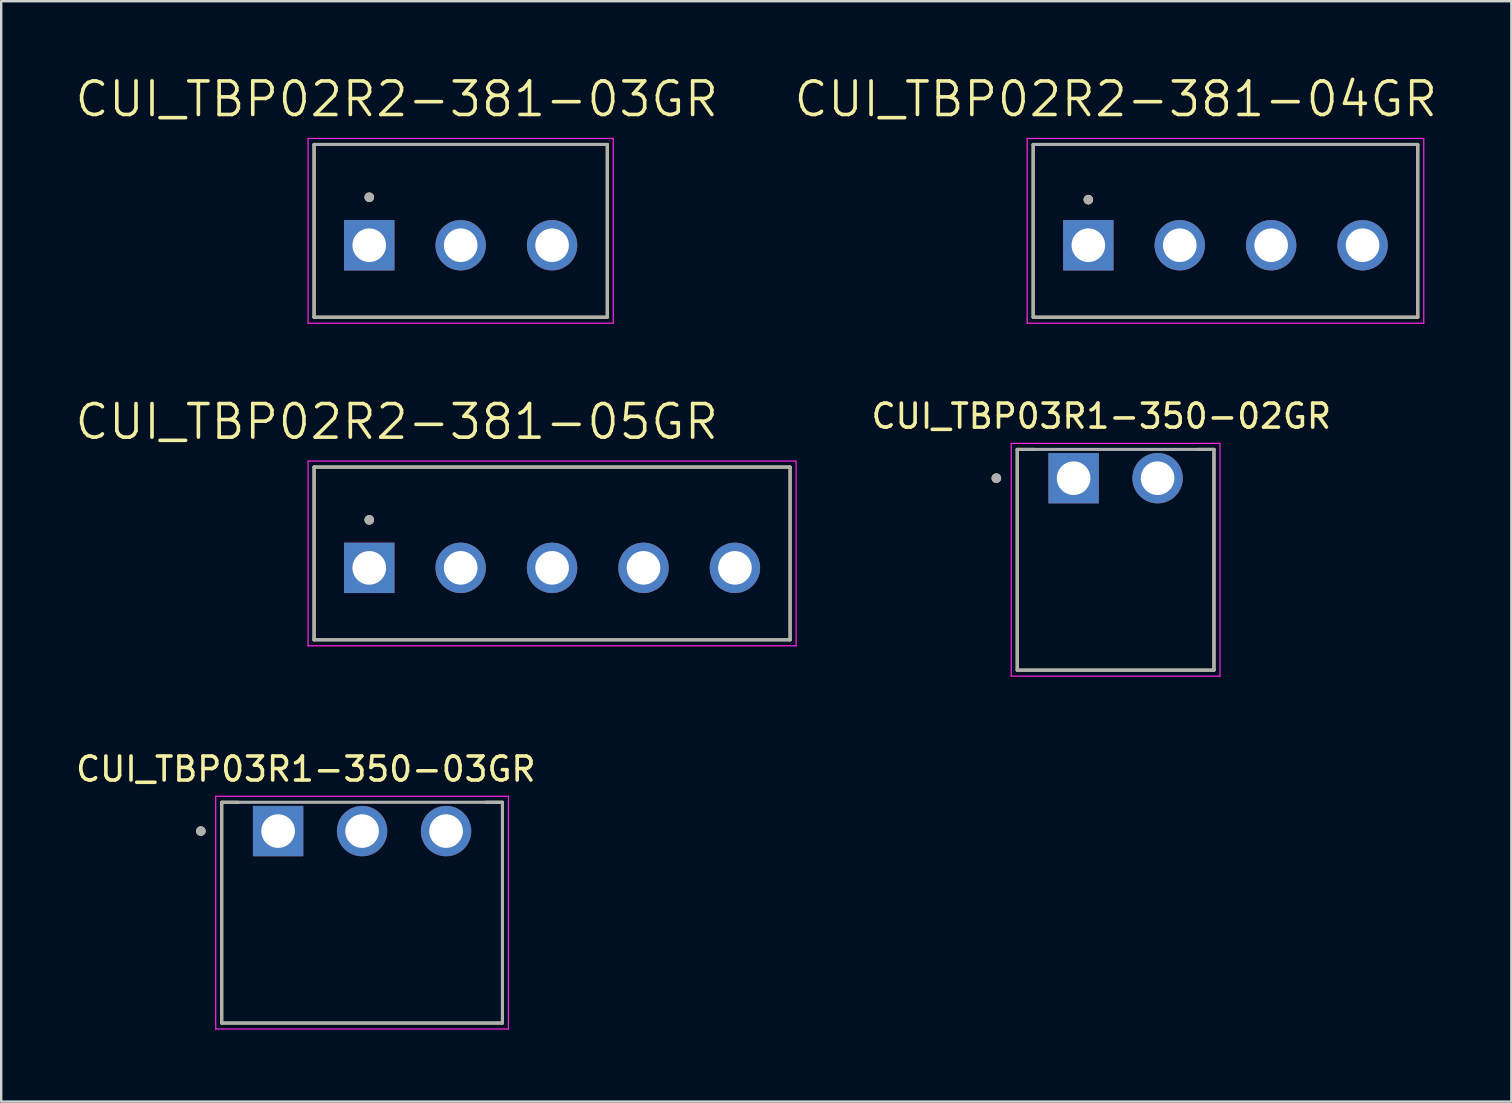
<source format=kicad_pcb>
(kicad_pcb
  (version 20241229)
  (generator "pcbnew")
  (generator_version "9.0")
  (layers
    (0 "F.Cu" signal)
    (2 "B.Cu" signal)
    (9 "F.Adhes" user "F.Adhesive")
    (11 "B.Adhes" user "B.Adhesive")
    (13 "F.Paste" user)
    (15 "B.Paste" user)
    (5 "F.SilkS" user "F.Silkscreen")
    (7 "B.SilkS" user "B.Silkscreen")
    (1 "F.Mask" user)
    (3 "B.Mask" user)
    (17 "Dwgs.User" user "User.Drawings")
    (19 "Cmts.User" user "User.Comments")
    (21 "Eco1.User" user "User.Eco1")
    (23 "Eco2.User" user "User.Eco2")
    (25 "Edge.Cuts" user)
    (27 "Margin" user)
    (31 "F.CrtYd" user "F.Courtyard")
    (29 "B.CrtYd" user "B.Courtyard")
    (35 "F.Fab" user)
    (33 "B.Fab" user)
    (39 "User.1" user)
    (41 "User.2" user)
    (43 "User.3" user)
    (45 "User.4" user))
  (footprint "CUI_TBP02R2-381-04GR"
    (layer "F.Cu")
    (at 42.31 7.171)
    (property "Reference" "CUI_TBP02R2-381-04GR" (at 1.145 -6.089 0) (layer "F.SilkS") (effects (font (size 1.4 1.4) (thickness 0.15))))
    (attr through_hole)
    (fp_line (start -2.3 -4.2) (end 13.73 -4.2) (stroke (width 0.127) (type solid)) (layer "F.SilkS"))
    (fp_line (start -2.3 3) (end -2.3 -4.2) (stroke (width 0.127) (type solid)) (layer "F.SilkS"))
    (fp_line (start 13.73 -4.2) (end 13.73 3) (stroke (width 0.127) (type solid)) (layer "F.SilkS"))
    (fp_line (start 13.73 3) (end -2.3 3) (stroke (width 0.127) (type solid)) (layer "F.SilkS"))
    (fp_circle (center 0 -1.9) (end 0.1 -1.9) (stroke (width 0.2) (type solid)) (fill no) (layer "F.SilkS"))
    (fp_line (start -2.55 -4.45) (end 13.98 -4.45) (stroke (width 0.05) (type solid)) (layer "F.CrtYd"))
    (fp_line (start -2.55 3.25) (end -2.55 -4.45) (stroke (width 0.05) (type solid)) (layer "F.CrtYd"))
    (fp_line (start 13.98 -4.45) (end 13.98 3.25) (stroke (width 0.05) (type solid)) (layer "F.CrtYd"))
    (fp_line (start 13.98 3.25) (end -2.55 3.25) (stroke (width 0.05) (type solid)) (layer "F.CrtYd"))
    (fp_line (start -2.3 -4.2) (end 13.73 -4.2) (stroke (width 0.127) (type solid)) (layer "F.Fab"))
    (fp_line (start -2.3 3) (end -2.3 -4.2) (stroke (width 0.127) (type solid)) (layer "F.Fab"))
    (fp_line (start 13.73 -4.2) (end 13.73 3) (stroke (width 0.127) (type solid)) (layer "F.Fab"))
    (fp_line (start 13.73 3) (end -2.3 3) (stroke (width 0.127) (type solid)) (layer "F.Fab"))
    (fp_circle (center 0 -1.9) (end 0.1 -1.9) (stroke (width 0.2) (type solid)) (fill no) (layer "F.Fab"))
    (pad "1" thru_hole rect (at 0 0) (size 2.1 2.1) (drill 1.4) (layers "*.Cu" "*.Mask"))
    (pad "2" thru_hole circle (at 3.81 0) (size 2.1 2.1) (drill 1.4) (layers "*.Cu" "*.Mask"))
    (pad "3" thru_hole circle (at 7.62 0) (size 2.1 2.1) (drill 1.4) (layers "*.Cu" "*.Mask"))
    (pad "4" thru_hole circle (at 11.43 0) (size 2.1 2.1) (drill 1.4) (layers "*.Cu" "*.Mask")))
  (footprint "CUI_TBP02R2-381-03GR"
    (layer "F.Cu")
    (at 12.34 7.171)
    (property "Reference" "CUI_TBP02R2-381-03GR" (at 1.145 -6.089 0) (layer "F.SilkS") (effects (font (size 1.4 1.4) (thickness 0.15))))
    (attr through_hole)
    (fp_line (start -2.3 -4.2) (end 9.92 -4.2) (stroke (width 0.127) (type solid)) (layer "F.SilkS"))
    (fp_line (start -2.3 3) (end -2.3 -4.2) (stroke (width 0.127) (type solid)) (layer "F.SilkS"))
    (fp_line (start 9.92 -4.2) (end 9.92 3) (stroke (width 0.127) (type solid)) (layer "F.SilkS"))
    (fp_line (start 9.92 3) (end -2.3 3) (stroke (width 0.127) (type solid)) (layer "F.SilkS"))
    (fp_circle (center 0 -2) (end 0.1 -2) (stroke (width 0.2) (type solid)) (fill no) (layer "F.SilkS"))
    (fp_line (start -2.55 -4.45) (end 10.17 -4.45) (stroke (width 0.05) (type solid)) (layer "F.CrtYd"))
    (fp_line (start -2.55 3.25) (end -2.55 -4.45) (stroke (width 0.05) (type solid)) (layer "F.CrtYd"))
    (fp_line (start 10.17 -4.45) (end 10.17 3.25) (stroke (width 0.05) (type solid)) (layer "F.CrtYd"))
    (fp_line (start 10.17 3.25) (end -2.55 3.25) (stroke (width 0.05) (type solid)) (layer "F.CrtYd"))
    (fp_line (start -2.3 -4.2) (end 9.92 -4.2) (stroke (width 0.127) (type solid)) (layer "F.Fab"))
    (fp_line (start -2.3 3) (end -2.3 -4.2) (stroke (width 0.127) (type solid)) (layer "F.Fab"))
    (fp_line (start 9.92 -4.2) (end 9.92 3) (stroke (width 0.127) (type solid)) (layer "F.Fab"))
    (fp_line (start 9.92 3) (end -2.3 3) (stroke (width 0.127) (type solid)) (layer "F.Fab"))
    (fp_circle (center 0 -2) (end 0.1 -2) (stroke (width 0.2) (type solid)) (fill no) (layer "F.Fab"))
    (pad "1" thru_hole rect (at 0 0) (size 2.1 2.1) (drill 1.4) (layers "*.Cu" "*.Mask"))
    (pad "2" thru_hole circle (at 3.81 0) (size 2.1 2.1) (drill 1.4) (layers "*.Cu" "*.Mask"))
    (pad "3" thru_hole circle (at 7.62 0) (size 2.1 2.1) (drill 1.4) (layers "*.Cu" "*.Mask")))
  (footprint "CUI_TBP03R1-350-02GR"
    (layer "F.Cu")
    (at 41.696 16.88)
    (property "Reference" "CUI_TBP03R1-350-02GR" (at 1.155 -2.585 0) (layer "F.SilkS") (effects (font (size 1 1) (thickness 0.15))))
    (attr through_hole)
    (fp_line (start -2.35 -1.2) (end -2.35 8) (stroke (width 0.127) (type solid)) (layer "F.SilkS"))
    (fp_line (start -2.35 -1.2) (end -1.65 -1.2) (stroke (width 0.127) (type solid)) (layer "F.SilkS"))
    (fp_line (start -2.35 8) (end 5.85 8) (stroke (width 0.127) (type solid)) (layer "F.SilkS"))
    (fp_line (start 5.15 -1.2) (end 5.85 -1.2) (stroke (width 0.127) (type solid)) (layer "F.SilkS"))
    (fp_line (start 5.85 8) (end 5.85 -1.2) (stroke (width 0.127) (type solid)) (layer "F.SilkS"))
    (fp_circle (center -3.22 0) (end -3.12 0) (stroke (width 0.2) (type solid)) (fill no) (layer "F.SilkS"))
    (fp_line (start -2.6 -1.45) (end -2.6 8.25) (stroke (width 0.05) (type solid)) (layer "F.CrtYd"))
    (fp_line (start -2.6 8.25) (end 6.1 8.25) (stroke (width 0.05) (type solid)) (layer "F.CrtYd"))
    (fp_line (start 6.1 -1.45) (end -2.6 -1.45) (stroke (width 0.05) (type solid)) (layer "F.CrtYd"))
    (fp_line (start 6.1 8.25) (end 6.1 -1.45) (stroke (width 0.05) (type solid)) (layer "F.CrtYd"))
    (fp_line (start -2.35 -1.2) (end -2.35 8) (stroke (width 0.127) (type solid)) (layer "F.Fab"))
    (fp_line (start -2.35 8) (end 5.85 8) (stroke (width 0.127) (type solid)) (layer "F.Fab"))
    (fp_line (start 5.85 -1.2) (end -2.35 -1.2) (stroke (width 0.127) (type solid)) (layer "F.Fab"))
    (fp_line (start 5.85 8) (end 5.85 -1.2) (stroke (width 0.127) (type solid)) (layer "F.Fab"))
    (fp_circle (center -3.22 0) (end -3.12 0) (stroke (width 0.2) (type solid)) (fill no) (layer "F.Fab"))
    (pad "1" thru_hole rect (at 0 0) (size 2.1 2.1) (drill 1.4) (layers "*.Cu" "*.Mask"))
    (pad "2" thru_hole circle (at 3.5 0) (size 2.1 2.1) (drill 1.4) (layers "*.Cu" "*.Mask")))
  (footprint "CUI_TBP03R1-350-03GR"
    (layer "F.Cu")
    (at 8.541 31.588)
    (property "Reference" "CUI_TBP03R1-350-03GR" (at 1.155 -2.585 0) (layer "F.SilkS") (effects (font (size 1 1) (thickness 0.15))))
    (attr through_hole)
    (fp_line (start -2.35 -1.2) (end -2.35 8) (stroke (width 0.127) (type solid)) (layer "F.SilkS"))
    (fp_line (start -2.35 -1.2) (end -1.65 -1.2) (stroke (width 0.127) (type solid)) (layer "F.SilkS"))
    (fp_line (start -2.35 8) (end 9.35 8) (stroke (width 0.127) (type solid)) (layer "F.SilkS"))
    (fp_line (start 8.65 -1.2) (end 9.35 -1.2) (stroke (width 0.127) (type solid)) (layer "F.SilkS"))
    (fp_line (start 9.35 8) (end 9.35 -1.2) (stroke (width 0.127) (type solid)) (layer "F.SilkS"))
    (fp_circle (center -3.22 0) (end -3.12 0) (stroke (width 0.2) (type solid)) (fill no) (layer "F.SilkS"))
    (fp_line (start -2.6 -1.45) (end -2.6 8.25) (stroke (width 0.05) (type solid)) (layer "F.CrtYd"))
    (fp_line (start -2.6 8.25) (end 9.6 8.25) (stroke (width 0.05) (type solid)) (layer "F.CrtYd"))
    (fp_line (start 9.6 -1.45) (end -2.6 -1.45) (stroke (width 0.05) (type solid)) (layer "F.CrtYd"))
    (fp_line (start 9.6 8.25) (end 9.6 -1.45) (stroke (width 0.05) (type solid)) (layer "F.CrtYd"))
    (fp_line (start -2.35 -1.2) (end -2.35 8) (stroke (width 0.127) (type solid)) (layer "F.Fab"))
    (fp_line (start -2.35 8) (end 9.35 8) (stroke (width 0.127) (type solid)) (layer "F.Fab"))
    (fp_line (start 9.35 -1.2) (end -2.35 -1.2) (stroke (width 0.127) (type solid)) (layer "F.Fab"))
    (fp_line (start 9.35 8) (end 9.35 -1.2) (stroke (width 0.127) (type solid)) (layer "F.Fab"))
    (fp_circle (center -3.22 0) (end -3.12 0) (stroke (width 0.2) (type solid)) (fill no) (layer "F.Fab"))
    (pad "1" thru_hole rect (at 0 0) (size 2.1 2.1) (drill 1.4) (layers "*.Cu" "*.Mask"))
    (pad "2" thru_hole circle (at 3.5 0) (size 2.1 2.1) (drill 1.4) (layers "*.Cu" "*.Mask"))
    (pad "3" thru_hole circle (at 7 0) (size 2.1 2.1) (drill 1.4) (layers "*.Cu" "*.Mask")))
  (footprint "CUI_TBP02R2-381-05GR"
    (layer "F.Cu")
    (at 12.34 20.617)
    (property "Reference" "CUI_TBP02R2-381-05GR" (at 1.145 -6.089 0) (layer "F.SilkS") (effects (font (size 1.4 1.4) (thickness 0.15))))
    (attr through_hole)
    (fp_line (start -2.3 -4.2) (end 17.54 -4.2) (stroke (width 0.127) (type solid)) (layer "F.SilkS"))
    (fp_line (start -2.3 3) (end -2.3 -4.2) (stroke (width 0.127) (type solid)) (layer "F.SilkS"))
    (fp_line (start 17.54 -4.2) (end 17.54 3) (stroke (width 0.127) (type solid)) (layer "F.SilkS"))
    (fp_line (start 17.54 3) (end -2.3 3) (stroke (width 0.127) (type solid)) (layer "F.SilkS"))
    (fp_circle (center 0 -2) (end 0.1 -2) (stroke (width 0.2) (type solid)) (fill no) (layer "F.SilkS"))
    (fp_line (start -2.55 -4.45) (end 17.79 -4.45) (stroke (width 0.05) (type solid)) (layer "F.CrtYd"))
    (fp_line (start -2.55 3.25) (end -2.55 -4.45) (stroke (width 0.05) (type solid)) (layer "F.CrtYd"))
    (fp_line (start 17.79 -4.45) (end 17.79 3.25) (stroke (width 0.05) (type solid)) (layer "F.CrtYd"))
    (fp_line (start 17.79 3.25) (end -2.55 3.25) (stroke (width 0.05) (type solid)) (layer "F.CrtYd"))
    (fp_line (start -2.3 -4.2) (end 17.54 -4.2) (stroke (width 0.127) (type solid)) (layer "F.Fab"))
    (fp_line (start -2.3 3) (end -2.3 -4.2) (stroke (width 0.127) (type solid)) (layer "F.Fab"))
    (fp_line (start 17.54 -4.2) (end 17.54 3) (stroke (width 0.127) (type solid)) (layer "F.Fab"))
    (fp_line (start 17.54 3) (end -2.3 3) (stroke (width 0.127) (type solid)) (layer "F.Fab"))
    (fp_circle (center 0 -2) (end 0.1 -2) (stroke (width 0.2) (type solid)) (fill no) (layer "F.Fab"))
    (pad "1" thru_hole rect (at 0 0) (size 2.1 2.1) (drill 1.4) (layers "*.Cu" "*.Mask"))
    (pad "2" thru_hole circle (at 3.81 0) (size 2.1 2.1) (drill 1.4) (layers "*.Cu" "*.Mask"))
    (pad "3" thru_hole circle (at 7.62 0) (size 2.1 2.1) (drill 1.4) (layers "*.Cu" "*.Mask"))
    (pad "4" thru_hole circle (at 11.43 0) (size 2.1 2.1) (drill 1.4) (layers "*.Cu" "*.Mask"))
    (pad "5" thru_hole circle (at 15.24 0) (size 2.1 2.1) (drill 1.4) (layers "*.Cu" "*.Mask")))
  (gr_rect
    (start -3 -3)
    (end 59.94 42.863)
    (stroke (width 0.1) (type default))
    (fill no)
    (layer "Edge.Cuts")))
</source>
